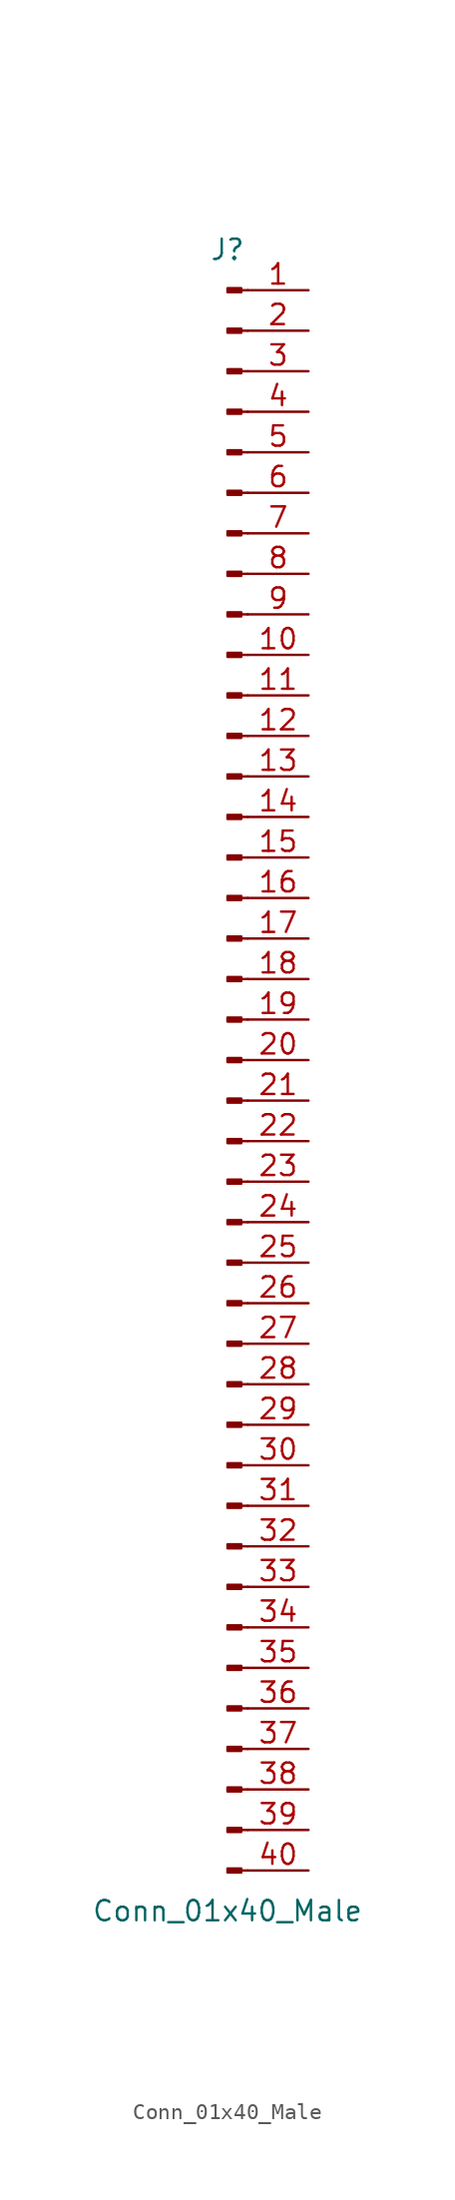
<source format=kicad_sym>
(kicad_symbol_lib
  (version 20201005)
  (generator kicad_symbol_editor)
  (symbol "Conn_01x40_Male"
    (pin_names
      (offset 1.016) hide)
    (property "Reference" "J"
      (at 0 50.8 0)
      (effects (font (size 1.27 1.27))))
    (property "Value" "Conn_01x40_Male"
      (at 0 -53.34 0)
      (effects (font (size 1.27 1.27))))
    (symbol "Conn_01x40_Male_1_1"
      (rectangle (start 0.864 -50.673) (end 0 -50.927) (stroke (width 0.152)) (fill (type outline)))
      (rectangle (start 0.864 -48.133) (end 0 -48.387) (stroke (width 0.152)) (fill (type outline)))
      (rectangle (start 0.864 -45.593) (end 0 -45.847) (stroke (width 0.152)) (fill (type outline)))
      (rectangle (start 0.864 -43.053) (end 0 -43.307) (stroke (width 0.152)) (fill (type outline)))
      (rectangle (start 0.864 -40.513) (end 0 -40.767) (stroke (width 0.152)) (fill (type outline)))
      (rectangle (start 0.864 -37.973) (end 0 -38.227) (stroke (width 0.152)) (fill (type outline)))
      (rectangle (start 0.864 -35.433) (end 0 -35.687) (stroke (width 0.152)) (fill (type outline)))
      (rectangle (start 0.864 -32.893) (end 0 -33.147) (stroke (width 0.152)) (fill (type outline)))
      (rectangle (start 0.864 -30.353) (end 0 -30.607) (stroke (width 0.152)) (fill (type outline)))
      (rectangle (start 0.864 -27.813) (end 0 -28.067) (stroke (width 0.152)) (fill (type outline)))
      (rectangle (start 0.864 -25.273) (end 0 -25.527) (stroke (width 0.152)) (fill (type outline)))
      (rectangle (start 0.864 -22.733) (end 0 -22.987) (stroke (width 0.152)) (fill (type outline)))
      (rectangle (start 0.864 -20.193) (end 0 -20.447) (stroke (width 0.152)) (fill (type outline)))
      (rectangle (start 0.864 -17.653) (end 0 -17.907) (stroke (width 0.152)) (fill (type outline)))
      (rectangle (start 0.864 -15.113) (end 0 -15.367) (stroke (width 0.152)) (fill (type outline)))
      (rectangle (start 0.864 -12.573) (end 0 -12.827) (stroke (width 0.152)) (fill (type outline)))
      (rectangle (start 0.864 -10.033) (end 0 -10.287) (stroke (width 0.152)) (fill (type outline)))
      (rectangle (start 0.864 -7.493) (end 0 -7.747) (stroke (width 0.152)) (fill (type outline)))
      (rectangle (start 0.864 -4.953) (end 0 -5.207) (stroke (width 0.152)) (fill (type outline)))
      (rectangle (start 0.864 -2.413) (end 0 -2.667) (stroke (width 0.152)) (fill (type outline)))
      (rectangle (start 0.864 0.127) (end 0 -0.127) (stroke (width 0.152)) (fill (type outline)))
      (rectangle (start 0.864 2.667) (end 0 2.413) (stroke (width 0.152)) (fill (type outline)))
      (rectangle (start 0.864 5.207) (end 0 4.953) (stroke (width 0.152)) (fill (type outline)))
      (rectangle (start 0.864 7.747) (end 0 7.493) (stroke (width 0.152)) (fill (type outline)))
      (rectangle (start 0.864 10.287) (end 0 10.033) (stroke (width 0.152)) (fill (type outline)))
      (rectangle (start 0.864 12.827) (end 0 12.573) (stroke (width 0.152)) (fill (type outline)))
      (rectangle (start 0.864 15.367) (end 0 15.113) (stroke (width 0.152)) (fill (type outline)))
      (rectangle (start 0.864 17.907) (end 0 17.653) (stroke (width 0.152)) (fill (type outline)))
      (rectangle (start 0.864 20.447) (end 0 20.193) (stroke (width 0.152)) (fill (type outline)))
      (rectangle (start 0.864 22.987) (end 0 22.733) (stroke (width 0.152)) (fill (type outline)))
      (rectangle (start 0.864 25.527) (end 0 25.273) (stroke (width 0.152)) (fill (type outline)))
      (rectangle (start 0.864 28.067) (end 0 27.813) (stroke (width 0.152)) (fill (type outline)))
      (rectangle (start 0.864 30.607) (end 0 30.353) (stroke (width 0.152)) (fill (type outline)))
      (rectangle (start 0.864 33.147) (end 0 32.893) (stroke (width 0.152)) (fill (type outline)))
      (rectangle (start 0.864 35.687) (end 0 35.433) (stroke (width 0.152)) (fill (type outline)))
      (rectangle (start 0.864 38.227) (end 0 37.973) (stroke (width 0.152)) (fill (type outline)))
      (rectangle (start 0.864 40.767) (end 0 40.513) (stroke (width 0.152)) (fill (type outline)))
      (rectangle (start 0.864 43.307) (end 0 43.053) (stroke (width 0.152)) (fill (type outline)))
      (rectangle (start 0.864 45.847) (end 0 45.593) (stroke (width 0.152)) (fill (type outline)))
      (rectangle (start 0.864 48.387) (end 0 48.133) (stroke (width 0.152)) (fill (type outline)))
      (polyline (pts (xy 1.27 -50.8) (xy 0.864 -50.8)) (stroke (width 0.152)) (fill (type none)))
      (polyline (pts (xy 1.27 -48.26) (xy 0.864 -48.26)) (stroke (width 0.152)) (fill (type none)))
      (polyline (pts (xy 1.27 -45.72) (xy 0.864 -45.72)) (stroke (width 0.152)) (fill (type none)))
      (polyline (pts (xy 1.27 -43.18) (xy 0.864 -43.18)) (stroke (width 0.152)) (fill (type none)))
      (polyline (pts (xy 1.27 -40.64) (xy 0.864 -40.64)) (stroke (width 0.152)) (fill (type none)))
      (polyline (pts (xy 1.27 -38.1) (xy 0.864 -38.1)) (stroke (width 0.152)) (fill (type none)))
      (polyline (pts (xy 1.27 -35.56) (xy 0.864 -35.56)) (stroke (width 0.152)) (fill (type none)))
      (polyline (pts (xy 1.27 -33.02) (xy 0.864 -33.02)) (stroke (width 0.152)) (fill (type none)))
      (polyline (pts (xy 1.27 -30.48) (xy 0.864 -30.48)) (stroke (width 0.152)) (fill (type none)))
      (polyline (pts (xy 1.27 -27.94) (xy 0.864 -27.94)) (stroke (width 0.152)) (fill (type none)))
      (polyline (pts (xy 1.27 -25.4) (xy 0.864 -25.4)) (stroke (width 0.152)) (fill (type none)))
      (polyline (pts (xy 1.27 -22.86) (xy 0.864 -22.86)) (stroke (width 0.152)) (fill (type none)))
      (polyline (pts (xy 1.27 -20.32) (xy 0.864 -20.32)) (stroke (width 0.152)) (fill (type none)))
      (polyline (pts (xy 1.27 -17.78) (xy 0.864 -17.78)) (stroke (width 0.152)) (fill (type none)))
      (polyline (pts (xy 1.27 -15.24) (xy 0.864 -15.24)) (stroke (width 0.152)) (fill (type none)))
      (polyline (pts (xy 1.27 -12.7) (xy 0.864 -12.7)) (stroke (width 0.152)) (fill (type none)))
      (polyline (pts (xy 1.27 -10.16) (xy 0.864 -10.16)) (stroke (width 0.152)) (fill (type none)))
      (polyline (pts (xy 1.27 -7.62) (xy 0.864 -7.62)) (stroke (width 0.152)) (fill (type none)))
      (polyline (pts (xy 1.27 -5.08) (xy 0.864 -5.08)) (stroke (width 0.152)) (fill (type none)))
      (polyline (pts (xy 1.27 -2.54) (xy 0.864 -2.54)) (stroke (width 0.152)) (fill (type none)))
      (polyline (pts (xy 1.27 0) (xy 0.864 0)) (stroke (width 0.152)) (fill (type none)))
      (polyline (pts (xy 1.27 2.54) (xy 0.864 2.54)) (stroke (width 0.152)) (fill (type none)))
      (polyline (pts (xy 1.27 5.08) (xy 0.864 5.08)) (stroke (width 0.152)) (fill (type none)))
      (polyline (pts (xy 1.27 7.62) (xy 0.864 7.62)) (stroke (width 0.152)) (fill (type none)))
      (polyline (pts (xy 1.27 10.16) (xy 0.864 10.16)) (stroke (width 0.152)) (fill (type none)))
      (polyline (pts (xy 1.27 12.7) (xy 0.864 12.7)) (stroke (width 0.152)) (fill (type none)))
      (polyline (pts (xy 1.27 15.24) (xy 0.864 15.24)) (stroke (width 0.152)) (fill (type none)))
      (polyline (pts (xy 1.27 17.78) (xy 0.864 17.78)) (stroke (width 0.152)) (fill (type none)))
      (polyline (pts (xy 1.27 20.32) (xy 0.864 20.32)) (stroke (width 0.152)) (fill (type none)))
      (polyline (pts (xy 1.27 22.86) (xy 0.864 22.86)) (stroke (width 0.152)) (fill (type none)))
      (polyline (pts (xy 1.27 25.4) (xy 0.864 25.4)) (stroke (width 0.152)) (fill (type none)))
      (polyline (pts (xy 1.27 27.94) (xy 0.864 27.94)) (stroke (width 0.152)) (fill (type none)))
      (polyline (pts (xy 1.27 30.48) (xy 0.864 30.48)) (stroke (width 0.152)) (fill (type none)))
      (polyline (pts (xy 1.27 33.02) (xy 0.864 33.02)) (stroke (width 0.152)) (fill (type none)))
      (polyline (pts (xy 1.27 35.56) (xy 0.864 35.56)) (stroke (width 0.152)) (fill (type none)))
      (polyline (pts (xy 1.27 38.1) (xy 0.864 38.1)) (stroke (width 0.152)) (fill (type none)))
      (polyline (pts (xy 1.27 40.64) (xy 0.864 40.64)) (stroke (width 0.152)) (fill (type none)))
      (polyline (pts (xy 1.27 43.18) (xy 0.864 43.18)) (stroke (width 0.152)) (fill (type none)))
      (polyline (pts (xy 1.27 45.72) (xy 0.864 45.72)) (stroke (width 0.152)) (fill (type none)))
      (polyline (pts (xy 1.27 48.26) (xy 0.864 48.26)) (stroke (width 0.152)) (fill (type none)))
      (pin passive line (at 5.08 48.26 180) (length 3.81) (name "Pin_1" (effects (font (size 1.27 1.27)))) (number "1" (effects (font (size 1.27 1.27)))))
      (pin passive line (at 5.08 25.4 180) (length 3.81) (name "Pin_10" (effects (font (size 1.27 1.27)))) (number "10" (effects (font (size 1.27 1.27)))))
      (pin passive line (at 5.08 22.86 180) (length 3.81) (name "Pin_11" (effects (font (size 1.27 1.27)))) (number "11" (effects (font (size 1.27 1.27)))))
      (pin passive line (at 5.08 20.32 180) (length 3.81) (name "Pin_12" (effects (font (size 1.27 1.27)))) (number "12" (effects (font (size 1.27 1.27)))))
      (pin passive line (at 5.08 17.78 180) (length 3.81) (name "Pin_13" (effects (font (size 1.27 1.27)))) (number "13" (effects (font (size 1.27 1.27)))))
      (pin passive line (at 5.08 15.24 180) (length 3.81) (name "Pin_14" (effects (font (size 1.27 1.27)))) (number "14" (effects (font (size 1.27 1.27)))))
      (pin passive line (at 5.08 12.7 180) (length 3.81) (name "Pin_15" (effects (font (size 1.27 1.27)))) (number "15" (effects (font (size 1.27 1.27)))))
      (pin passive line (at 5.08 10.16 180) (length 3.81) (name "Pin_16" (effects (font (size 1.27 1.27)))) (number "16" (effects (font (size 1.27 1.27)))))
      (pin passive line (at 5.08 7.62 180) (length 3.81) (name "Pin_17" (effects (font (size 1.27 1.27)))) (number "17" (effects (font (size 1.27 1.27)))))
      (pin passive line (at 5.08 5.08 180) (length 3.81) (name "Pin_18" (effects (font (size 1.27 1.27)))) (number "18" (effects (font (size 1.27 1.27)))))
      (pin passive line (at 5.08 2.54 180) (length 3.81) (name "Pin_19" (effects (font (size 1.27 1.27)))) (number "19" (effects (font (size 1.27 1.27)))))
      (pin passive line (at 5.08 45.72 180) (length 3.81) (name "Pin_2" (effects (font (size 1.27 1.27)))) (number "2" (effects (font (size 1.27 1.27)))))
      (pin passive line (at 5.08 0 180) (length 3.81) (name "Pin_20" (effects (font (size 1.27 1.27)))) (number "20" (effects (font (size 1.27 1.27)))))
      (pin passive line (at 5.08 -2.54 180) (length 3.81) (name "Pin_21" (effects (font (size 1.27 1.27)))) (number "21" (effects (font (size 1.27 1.27)))))
      (pin passive line (at 5.08 -5.08 180) (length 3.81) (name "Pin_22" (effects (font (size 1.27 1.27)))) (number "22" (effects (font (size 1.27 1.27)))))
      (pin passive line (at 5.08 -7.62 180) (length 3.81) (name "Pin_23" (effects (font (size 1.27 1.27)))) (number "23" (effects (font (size 1.27 1.27)))))
      (pin passive line (at 5.08 -10.16 180) (length 3.81) (name "Pin_24" (effects (font (size 1.27 1.27)))) (number "24" (effects (font (size 1.27 1.27)))))
      (pin passive line (at 5.08 -12.7 180) (length 3.81) (name "Pin_25" (effects (font (size 1.27 1.27)))) (number "25" (effects (font (size 1.27 1.27)))))
      (pin passive line (at 5.08 -15.24 180) (length 3.81) (name "Pin_26" (effects (font (size 1.27 1.27)))) (number "26" (effects (font (size 1.27 1.27)))))
      (pin passive line (at 5.08 -17.78 180) (length 3.81) (name "Pin_27" (effects (font (size 1.27 1.27)))) (number "27" (effects (font (size 1.27 1.27)))))
      (pin passive line (at 5.08 -20.32 180) (length 3.81) (name "Pin_28" (effects (font (size 1.27 1.27)))) (number "28" (effects (font (size 1.27 1.27)))))
      (pin passive line (at 5.08 -22.86 180) (length 3.81) (name "Pin_29" (effects (font (size 1.27 1.27)))) (number "29" (effects (font (size 1.27 1.27)))))
      (pin passive line (at 5.08 43.18 180) (length 3.81) (name "Pin_3" (effects (font (size 1.27 1.27)))) (number "3" (effects (font (size 1.27 1.27)))))
      (pin passive line (at 5.08 -25.4 180) (length 3.81) (name "Pin_30" (effects (font (size 1.27 1.27)))) (number "30" (effects (font (size 1.27 1.27)))))
      (pin passive line (at 5.08 -27.94 180) (length 3.81) (name "Pin_31" (effects (font (size 1.27 1.27)))) (number "31" (effects (font (size 1.27 1.27)))))
      (pin passive line (at 5.08 -30.48 180) (length 3.81) (name "Pin_32" (effects (font (size 1.27 1.27)))) (number "32" (effects (font (size 1.27 1.27)))))
      (pin passive line (at 5.08 -33.02 180) (length 3.81) (name "Pin_33" (effects (font (size 1.27 1.27)))) (number "33" (effects (font (size 1.27 1.27)))))
      (pin passive line (at 5.08 -35.56 180) (length 3.81) (name "Pin_34" (effects (font (size 1.27 1.27)))) (number "34" (effects (font (size 1.27 1.27)))))
      (pin passive line (at 5.08 -38.1 180) (length 3.81) (name "Pin_35" (effects (font (size 1.27 1.27)))) (number "35" (effects (font (size 1.27 1.27)))))
      (pin passive line (at 5.08 -40.64 180) (length 3.81) (name "Pin_36" (effects (font (size 1.27 1.27)))) (number "36" (effects (font (size 1.27 1.27)))))
      (pin passive line (at 5.08 -43.18 180) (length 3.81) (name "Pin_37" (effects (font (size 1.27 1.27)))) (number "37" (effects (font (size 1.27 1.27)))))
      (pin passive line (at 5.08 -45.72 180) (length 3.81) (name "Pin_38" (effects (font (size 1.27 1.27)))) (number "38" (effects (font (size 1.27 1.27)))))
      (pin passive line (at 5.08 -48.26 180) (length 3.81) (name "Pin_39" (effects (font (size 1.27 1.27)))) (number "39" (effects (font (size 1.27 1.27)))))
      (pin passive line (at 5.08 40.64 180) (length 3.81) (name "Pin_4" (effects (font (size 1.27 1.27)))) (number "4" (effects (font (size 1.27 1.27)))))
      (pin passive line (at 5.08 -50.8 180) (length 3.81) (name "Pin_40" (effects (font (size 1.27 1.27)))) (number "40" (effects (font (size 1.27 1.27)))))
      (pin passive line (at 5.08 38.1 180) (length 3.81) (name "Pin_5" (effects (font (size 1.27 1.27)))) (number "5" (effects (font (size 1.27 1.27)))))
      (pin passive line (at 5.08 35.56 180) (length 3.81) (name "Pin_6" (effects (font (size 1.27 1.27)))) (number "6" (effects (font (size 1.27 1.27)))))
      (pin passive line (at 5.08 33.02 180) (length 3.81) (name "Pin_7" (effects (font (size 1.27 1.27)))) (number "7" (effects (font (size 1.27 1.27)))))
      (pin passive line (at 5.08 30.48 180) (length 3.81) (name "Pin_8" (effects (font (size 1.27 1.27)))) (number "8" (effects (font (size 1.27 1.27)))))
      (pin passive line (at 5.08 27.94 180) (length 3.81) (name "Pin_9" (effects (font (size 1.27 1.27)))) (number "9" (effects (font (size 1.27 1.27))))))))
</source>
